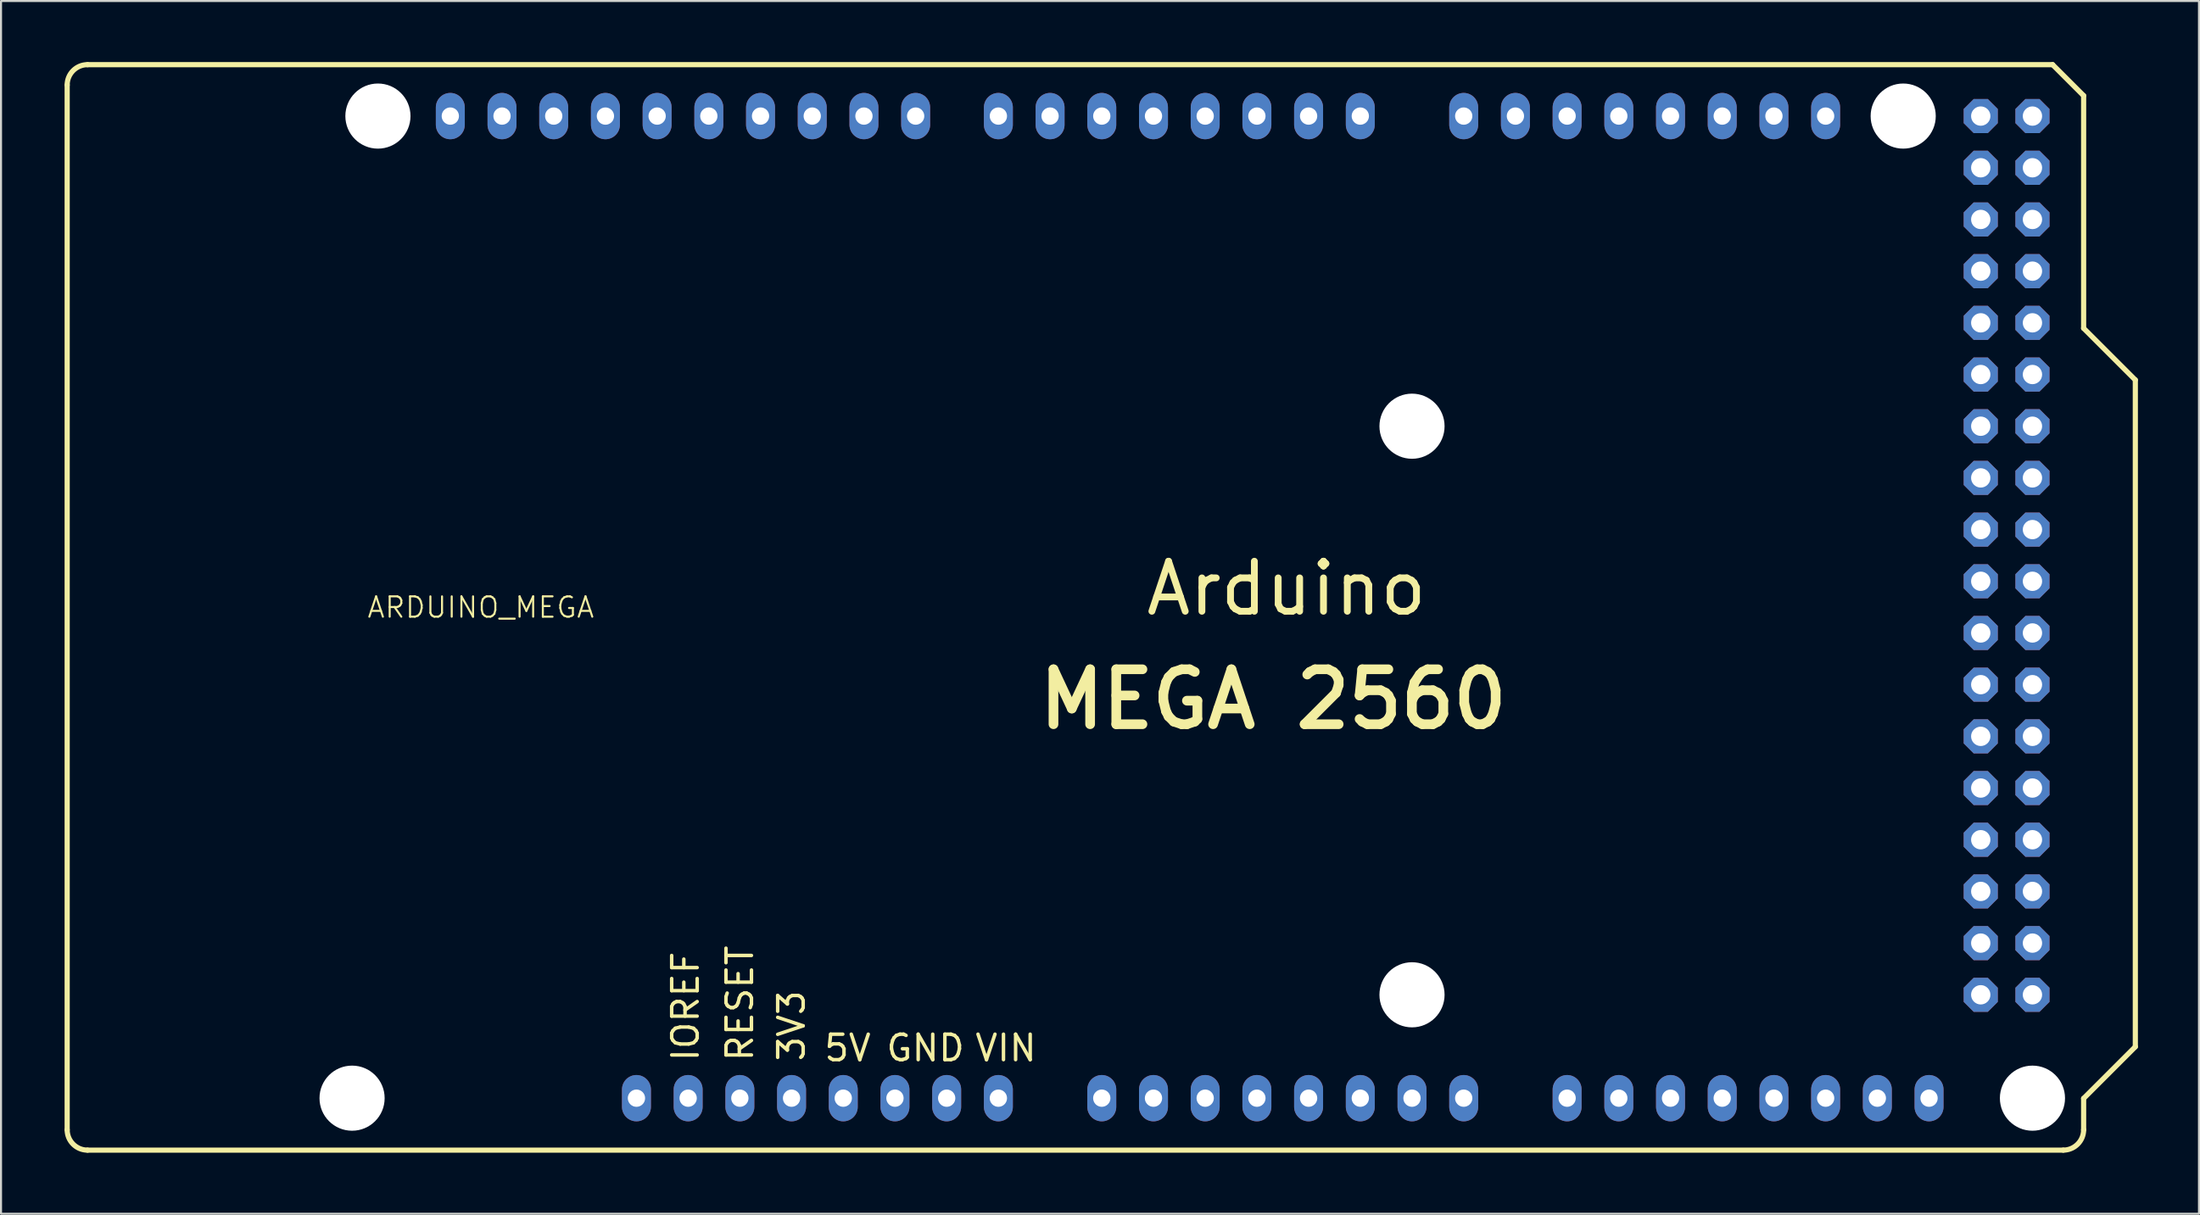
<source format=kicad_pcb>
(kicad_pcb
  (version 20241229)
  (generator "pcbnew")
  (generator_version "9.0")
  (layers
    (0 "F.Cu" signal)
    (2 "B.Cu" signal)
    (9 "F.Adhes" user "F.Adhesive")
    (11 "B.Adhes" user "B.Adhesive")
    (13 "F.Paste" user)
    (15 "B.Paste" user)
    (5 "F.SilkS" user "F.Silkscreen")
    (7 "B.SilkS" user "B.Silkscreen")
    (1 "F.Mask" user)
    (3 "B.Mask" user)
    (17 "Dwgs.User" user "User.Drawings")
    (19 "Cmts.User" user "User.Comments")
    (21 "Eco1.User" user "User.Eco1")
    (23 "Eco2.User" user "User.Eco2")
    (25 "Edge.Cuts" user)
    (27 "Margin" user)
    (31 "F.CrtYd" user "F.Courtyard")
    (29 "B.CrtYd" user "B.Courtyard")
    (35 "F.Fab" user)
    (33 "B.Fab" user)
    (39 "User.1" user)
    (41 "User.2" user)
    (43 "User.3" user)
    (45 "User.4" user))
  (footprint "ARDUINO_MEGA"
    (layer "F.Cu")
    (at 0.25 26.797)
    (property "Reference" "ARDUINO_MEGA" (at 20.32 0 0) (unlocked yes) (layer "F.SilkS") (effects (font (size 1 1) (thickness 0.1))))
    (attr through_hole)
    (fp_line (start 0 25.67) (end 0 -25.67) (stroke (width 0.254) (type solid)) (layer "F.SilkS"))
    (fp_line (start 1 -26.67) (end 97.536 -26.67) (stroke (width 0.254) (type solid)) (layer "F.SilkS"))
    (fp_line (start 97.536 -26.67) (end 99.06 -25.146) (stroke (width 0.254) (type solid)) (layer "F.SilkS"))
    (fp_line (start 98.06 26.67) (end 1 26.67) (stroke (width 0.254) (type solid)) (layer "F.SilkS"))
    (fp_line (start 99.06 -25.146) (end 99.06 -13.716) (stroke (width 0.254) (type solid)) (layer "F.SilkS"))
    (fp_line (start 99.06 -13.716) (end 101.6 -11.176) (stroke (width 0.254) (type solid)) (layer "F.SilkS"))
    (fp_line (start 99.06 24.13) (end 99.06 25.67) (stroke (width 0.254) (type solid)) (layer "F.SilkS"))
    (fp_line (start 101.6 -11.176) (end 101.6 21.59) (stroke (width 0.254) (type solid)) (layer "F.SilkS"))
    (fp_line (start 101.6 21.59) (end 99.06 24.13) (stroke (width 0.254) (type solid)) (layer "F.SilkS"))
    (fp_arc (start 0 -25.67) (mid 0.292893 -26.377107) (end 1 -26.67) (stroke (width 0.254) (type solid)) (layer "F.SilkS"))
    (fp_arc (start 1 26.67) (mid 0.292892 26.377107) (end 0 25.67) (stroke (width 0.254) (type solid)) (layer "F.SilkS"))
    (fp_arc (start 99.06 25.67) (mid 98.767107 26.377107) (end 98.06 26.67) (stroke (width 0.254) (type solid)) (layer "F.SilkS"))
    (fp_poly (pts (xy 95.784 23.482) (xy 95.784 23.99) (xy 96.292 23.99) (xy 96.292 23.482)) (stroke (width 0.1) (type default)) (fill no) (layer "F.Fab"))
    (fp_text user "Arduino" (at 52.832 0.508 0) (unlocked yes) (layer "F.SilkS") (effects (font (size 2.459 2.459) (thickness 0.335)) (justify left bottom)))
    (fp_text user "3V3" (at 36.318 22.403 90) (unlocked yes) (layer "F.SilkS") (effects (font (size 1.252 1.252) (thickness 0.171)) (justify left bottom)))
    (fp_text user "GND" (at 40.144 22.386 0) (unlocked yes) (layer "F.SilkS") (effects (font (size 1.252 1.252) (thickness 0.171)) (justify left bottom)))
    (fp_text user "VIN" (at 44.513 22.386 0) (unlocked yes) (layer "F.SilkS") (effects (font (size 1.252 1.252) (thickness 0.171)) (justify left bottom)))
    (fp_text user "IOREF" (at 31.111 22.403 90) (unlocked yes) (layer "F.SilkS") (effects (font (size 1.252 1.252) (thickness 0.171)) (justify left bottom)))
    (fp_text user "5V" (at 37.096 22.386 0) (unlocked yes) (layer "F.SilkS") (effects (font (size 1.252 1.252) (thickness 0.171)) (justify left bottom)))
    (fp_text user "MEGA 2560" (at 47.498 6.096 0) (unlocked yes) (layer "F.SilkS") (effects (font (size 2.699 2.699) (thickness 0.476)) (justify left bottom)))
    (fp_text user "RESET" (at 33.778 22.403 90) (unlocked yes) (layer "F.SilkS") (effects (font (size 1.252 1.252) (thickness 0.171)) (justify left bottom)))
    (pad "" np_thru_hole circle (at 13.996 24.117) (size 3.2 3.2) (drill 3.2) (layers "*.Cu" "*.Mask"))
    (pad "" np_thru_hole circle (at 15.266 -24.143) (size 3.2 3.2) (drill 3.2) (layers "*.Cu" "*.Mask"))
    (pad "" np_thru_hole circle (at 66.066 -8.903) (size 3.2 3.2) (drill 3.2) (layers "*.Cu" "*.Mask"))
    (pad "" np_thru_hole circle (at 66.066 19.037) (size 3.2 3.2) (drill 3.2) (layers "*.Cu" "*.Mask"))
    (pad "" np_thru_hole circle (at 90.196 -24.143) (size 3.2 3.2) (drill 3.2) (layers "*.Cu" "*.Mask"))
    (pad "" np_thru_hole circle (at 96.546 24.117) (size 3.2 3.2) (drill 3.2) (layers "*.Cu" "*.Mask"))
    (pad "1" thru_hole oval (at 27.966 24.117 90) (size 2.276 1.422) (drill 0.85) (layers "*.Cu" "*.Mask"))
    (pad "2" thru_hole oval (at 30.506 24.117 90) (size 2.276 1.422) (drill 0.85) (layers "*.Cu" "*.Mask"))
    (pad "3" thru_hole oval (at 33.046 24.117 90) (size 2.276 1.422) (drill 0.85) (layers "*.Cu" "*.Mask"))
    (pad "4" thru_hole oval (at 35.586 24.117 90) (size 2.276 1.422) (drill 0.85) (layers "*.Cu" "*.Mask"))
    (pad "5" thru_hole oval (at 38.126 24.117 90) (size 2.276 1.422) (drill 0.85) (layers "*.Cu" "*.Mask"))
    (pad "6" thru_hole oval (at 40.666 24.117 90) (size 2.276 1.422) (drill 0.85) (layers "*.Cu" "*.Mask"))
    (pad "7" thru_hole oval (at 43.206 24.117 90) (size 2.276 1.422) (drill 0.85) (layers "*.Cu" "*.Mask"))
    (pad "8" thru_hole oval (at 45.746 24.117 90) (size 2.276 1.422) (drill 0.85) (layers "*.Cu" "*.Mask"))
    (pad "9" thru_hole oval (at 50.826 24.117 90) (size 2.276 1.422) (drill 0.85) (layers "*.Cu" "*.Mask"))
    (pad "10" thru_hole oval (at 53.366 24.117 90) (size 2.276 1.422) (drill 0.85) (layers "*.Cu" "*.Mask"))
    (pad "11" thru_hole oval (at 55.906 24.117 90) (size 2.276 1.422) (drill 0.85) (layers "*.Cu" "*.Mask"))
    (pad "12" thru_hole oval (at 58.446 24.117 90) (size 2.276 1.422) (drill 0.85) (layers "*.Cu" "*.Mask"))
    (pad "13" thru_hole oval (at 60.986 24.117 90) (size 2.276 1.422) (drill 0.85) (layers "*.Cu" "*.Mask"))
    (pad "14" thru_hole oval (at 63.526 24.117 90) (size 2.276 1.422) (drill 0.85) (layers "*.Cu" "*.Mask"))
    (pad "15" thru_hole oval (at 66.066 24.117 90) (size 2.276 1.422) (drill 0.85) (layers "*.Cu" "*.Mask"))
    (pad "16" thru_hole oval (at 68.606 24.117 90) (size 2.276 1.422) (drill 0.85) (layers "*.Cu" "*.Mask"))
    (pad "17" thru_hole oval (at 73.686 24.117 90) (size 2.276 1.422) (drill 0.85) (layers "*.Cu" "*.Mask"))
    (pad "18" thru_hole oval (at 76.226 24.117 90) (size 2.276 1.422) (drill 0.85) (layers "*.Cu" "*.Mask"))
    (pad "19" thru_hole oval (at 78.766 24.117 90) (size 2.276 1.422) (drill 0.85) (layers "*.Cu" "*.Mask"))
    (pad "20" thru_hole oval (at 81.306 24.117 90) (size 2.276 1.422) (drill 0.85) (layers "*.Cu" "*.Mask"))
    (pad "21" thru_hole oval (at 83.846 24.117 90) (size 2.276 1.422) (drill 0.85) (layers "*.Cu" "*.Mask"))
    (pad "22" thru_hole oval (at 86.386 24.117 90) (size 2.276 1.422) (drill 0.85) (layers "*.Cu" "*.Mask"))
    (pad "23" thru_hole oval (at 88.926 24.117 90) (size 2.276 1.422) (drill 0.85) (layers "*.Cu" "*.Mask"))
    (pad "24" thru_hole oval (at 91.466 24.117 90) (size 2.276 1.422) (drill 0.85) (layers "*.Cu" "*.Mask"))
    (pad "25" thru_hole oval (at 86.386 -24.143 270) (size 2.276 1.422) (drill 0.85) (layers "*.Cu" "*.Mask"))
    (pad "26" thru_hole oval (at 83.846 -24.143 270) (size 2.276 1.422) (drill 0.85) (layers "*.Cu" "*.Mask"))
    (pad "27" thru_hole oval (at 81.306 -24.143 270) (size 2.276 1.422) (drill 0.85) (layers "*.Cu" "*.Mask"))
    (pad "28" thru_hole oval (at 78.766 -24.143 270) (size 2.276 1.422) (drill 0.85) (layers "*.Cu" "*.Mask"))
    (pad "29" thru_hole oval (at 76.226 -24.143 270) (size 2.276 1.422) (drill 0.85) (layers "*.Cu" "*.Mask"))
    (pad "30" thru_hole oval (at 73.686 -24.143 270) (size 2.276 1.422) (drill 0.85) (layers "*.Cu" "*.Mask"))
    (pad "31" thru_hole oval (at 71.146 -24.143 270) (size 2.276 1.422) (drill 0.85) (layers "*.Cu" "*.Mask"))
    (pad "32" thru_hole oval (at 68.606 -24.143 270) (size 2.276 1.422) (drill 0.85) (layers "*.Cu" "*.Mask"))
    (pad "33" thru_hole oval (at 63.526 -24.143 270) (size 2.276 1.422) (drill 0.85) (layers "*.Cu" "*.Mask"))
    (pad "34" thru_hole oval (at 60.986 -24.143 270) (size 2.276 1.422) (drill 0.85) (layers "*.Cu" "*.Mask"))
    (pad "35" thru_hole oval (at 58.446 -24.143 270) (size 2.276 1.422) (drill 0.85) (layers "*.Cu" "*.Mask"))
    (pad "36" thru_hole oval (at 55.906 -24.143 270) (size 2.276 1.422) (drill 0.85) (layers "*.Cu" "*.Mask"))
    (pad "37" thru_hole oval (at 53.366 -24.143 270) (size 2.276 1.422) (drill 0.85) (layers "*.Cu" "*.Mask"))
    (pad "38" thru_hole oval (at 50.826 -24.143 270) (size 2.276 1.422) (drill 0.85) (layers "*.Cu" "*.Mask"))
    (pad "39" thru_hole oval (at 48.286 -24.143 270) (size 2.276 1.422) (drill 0.85) (layers "*.Cu" "*.Mask"))
    (pad "40" thru_hole oval (at 45.746 -24.143 270) (size 2.276 1.422) (drill 0.85) (layers "*.Cu" "*.Mask"))
    (pad "41" thru_hole oval (at 41.682 -24.143 90) (size 2.276 1.422) (drill 0.85) (layers "*.Cu" "*.Mask"))
    (pad "42" thru_hole oval (at 39.142 -24.143 90) (size 2.276 1.422) (drill 0.85) (layers "*.Cu" "*.Mask"))
    (pad "43" thru_hole oval (at 36.602 -24.143 90) (size 2.276 1.422) (drill 0.85) (layers "*.Cu" "*.Mask"))
    (pad "44" thru_hole oval (at 34.062 -24.143 90) (size 2.276 1.422) (drill 0.85) (layers "*.Cu" "*.Mask"))
    (pad "45" thru_hole oval (at 31.522 -24.143 90) (size 2.276 1.422) (drill 0.85) (layers "*.Cu" "*.Mask"))
    (pad "46" thru_hole oval (at 28.982 -24.143 90) (size 2.276 1.422) (drill 0.85) (layers "*.Cu" "*.Mask"))
    (pad "47" thru_hole oval (at 26.442 -24.143 90) (size 2.276 1.422) (drill 0.85) (layers "*.Cu" "*.Mask"))
    (pad "48" thru_hole oval (at 23.902 -24.143 90) (size 2.276 1.422) (drill 0.85) (layers "*.Cu" "*.Mask"))
    (pad "49" thru_hole oval (at 21.362 -24.143 90) (size 2.276 1.422) (drill 0.85) (layers "*.Cu" "*.Mask"))
    (pad "50" thru_hole oval (at 18.822 -24.143 90) (size 2.276 1.422) (drill 0.85) (layers "*.Cu" "*.Mask"))
    (pad "51" thru_hole roundrect (at 96.546 19.037 270) (size 1.676 1.676) (drill 0.95) (layers "*.Cu" "*.Mask") (roundrect_rratio 0.25) (chamfer_ratio 0.293) (chamfer top_left top_right bottom_left bottom_right))
    (pad "52" thru_hole roundrect (at 96.546 16.497 270) (size 1.676 1.676) (drill 0.95) (layers "*.Cu" "*.Mask") (roundrect_rratio 0.25) (chamfer_ratio 0.293) (chamfer top_left top_right bottom_left bottom_right))
    (pad "53" thru_hole roundrect (at 96.546 13.957 270) (size 1.676 1.676) (drill 0.95) (layers "*.Cu" "*.Mask") (roundrect_rratio 0.25) (chamfer_ratio 0.293) (chamfer top_left top_right bottom_left bottom_right))
    (pad "54" thru_hole roundrect (at 96.546 11.417 270) (size 1.676 1.676) (drill 0.95) (layers "*.Cu" "*.Mask") (roundrect_rratio 0.25) (chamfer_ratio 0.293) (chamfer top_left top_right bottom_left bottom_right))
    (pad "55" thru_hole roundrect (at 96.546 8.877 270) (size 1.676 1.676) (drill 0.95) (layers "*.Cu" "*.Mask") (roundrect_rratio 0.25) (chamfer_ratio 0.293) (chamfer top_left top_right bottom_left bottom_right))
    (pad "56" thru_hole roundrect (at 96.546 6.337 270) (size 1.676 1.676) (drill 0.95) (layers "*.Cu" "*.Mask") (roundrect_rratio 0.25) (chamfer_ratio 0.293) (chamfer top_left top_right bottom_left bottom_right))
    (pad "57" thru_hole roundrect (at 96.546 3.797 270) (size 1.676 1.676) (drill 0.95) (layers "*.Cu" "*.Mask") (roundrect_rratio 0.25) (chamfer_ratio 0.293) (chamfer top_left top_right bottom_left bottom_right))
    (pad "58" thru_hole roundrect (at 96.546 1.257 270) (size 1.676 1.676) (drill 0.95) (layers "*.Cu" "*.Mask") (roundrect_rratio 0.25) (chamfer_ratio 0.293) (chamfer top_left top_right bottom_left bottom_right))
    (pad "59" thru_hole roundrect (at 96.546 -1.283 270) (size 1.676 1.676) (drill 0.95) (layers "*.Cu" "*.Mask") (roundrect_rratio 0.25) (chamfer_ratio 0.293) (chamfer top_left top_right bottom_left bottom_right))
    (pad "60" thru_hole roundrect (at 96.546 -3.823 270) (size 1.676 1.676) (drill 0.95) (layers "*.Cu" "*.Mask") (roundrect_rratio 0.25) (chamfer_ratio 0.293) (chamfer top_left top_right bottom_left bottom_right))
    (pad "61" thru_hole roundrect (at 96.546 -6.363 270) (size 1.676 1.676) (drill 0.95) (layers "*.Cu" "*.Mask") (roundrect_rratio 0.25) (chamfer_ratio 0.293) (chamfer top_left top_right bottom_left bottom_right))
    (pad "62" thru_hole roundrect (at 96.546 -8.903 270) (size 1.676 1.676) (drill 0.95) (layers "*.Cu" "*.Mask") (roundrect_rratio 0.25) (chamfer_ratio 0.293) (chamfer top_left top_right bottom_left bottom_right))
    (pad "63" thru_hole roundrect (at 96.546 -11.443 270) (size 1.676 1.676) (drill 0.95) (layers "*.Cu" "*.Mask") (roundrect_rratio 0.25) (chamfer_ratio 0.293) (chamfer top_left top_right bottom_left bottom_right))
    (pad "64" thru_hole roundrect (at 96.546 -13.983 270) (size 1.676 1.676) (drill 0.95) (layers "*.Cu" "*.Mask") (roundrect_rratio 0.25) (chamfer_ratio 0.293) (chamfer top_left top_right bottom_left bottom_right))
    (pad "65" thru_hole roundrect (at 96.546 -16.523 270) (size 1.676 1.676) (drill 0.95) (layers "*.Cu" "*.Mask") (roundrect_rratio 0.25) (chamfer_ratio 0.293) (chamfer top_left top_right bottom_left bottom_right))
    (pad "66" thru_hole roundrect (at 96.546 -19.063 270) (size 1.676 1.676) (drill 0.95) (layers "*.Cu" "*.Mask") (roundrect_rratio 0.25) (chamfer_ratio 0.293) (chamfer top_left top_right bottom_left bottom_right))
    (pad "67" thru_hole roundrect (at 96.546 -21.603 270) (size 1.676 1.676) (drill 0.95) (layers "*.Cu" "*.Mask") (roundrect_rratio 0.25) (chamfer_ratio 0.293) (chamfer top_left top_right bottom_left bottom_right))
    (pad "68" thru_hole roundrect (at 96.546 -24.143 270) (size 1.676 1.676) (drill 0.95) (layers "*.Cu" "*.Mask") (roundrect_rratio 0.25) (chamfer_ratio 0.293) (chamfer top_left top_right bottom_left bottom_right))
    (pad "69" thru_hole roundrect (at 94.006 -24.143 270) (size 1.676 1.676) (drill 0.95) (layers "*.Cu" "*.Mask") (roundrect_rratio 0.25) (chamfer_ratio 0.293) (chamfer top_left top_right bottom_left bottom_right))
    (pad "70" thru_hole roundrect (at 94.006 -21.603 270) (size 1.676 1.676) (drill 0.95) (layers "*.Cu" "*.Mask") (roundrect_rratio 0.25) (chamfer_ratio 0.293) (chamfer top_left top_right bottom_left bottom_right))
    (pad "71" thru_hole roundrect (at 94.006 -19.063 270) (size 1.676 1.676) (drill 0.95) (layers "*.Cu" "*.Mask") (roundrect_rratio 0.25) (chamfer_ratio 0.293) (chamfer top_left top_right bottom_left bottom_right))
    (pad "72" thru_hole roundrect (at 94.006 -16.523 270) (size 1.676 1.676) (drill 0.95) (layers "*.Cu" "*.Mask") (roundrect_rratio 0.25) (chamfer_ratio 0.293) (chamfer top_left top_right bottom_left bottom_right))
    (pad "73" thru_hole roundrect (at 94.006 -13.983 270) (size 1.676 1.676) (drill 0.95) (layers "*.Cu" "*.Mask") (roundrect_rratio 0.25) (chamfer_ratio 0.293) (chamfer top_left top_right bottom_left bottom_right))
    (pad "74" thru_hole roundrect (at 94.006 -11.443 270) (size 1.676 1.676) (drill 0.95) (layers "*.Cu" "*.Mask") (roundrect_rratio 0.25) (chamfer_ratio 0.293) (chamfer top_left top_right bottom_left bottom_right))
    (pad "75" thru_hole roundrect (at 94.006 -8.903 270) (size 1.676 1.676) (drill 0.95) (layers "*.Cu" "*.Mask") (roundrect_rratio 0.25) (chamfer_ratio 0.293) (chamfer top_left top_right bottom_left bottom_right))
    (pad "76" thru_hole roundrect (at 94.006 -6.363 270) (size 1.676 1.676) (drill 0.95) (layers "*.Cu" "*.Mask") (roundrect_rratio 0.25) (chamfer_ratio 0.293) (chamfer top_left top_right bottom_left bottom_right))
    (pad "77" thru_hole roundrect (at 94.006 -3.823 270) (size 1.676 1.676) (drill 0.95) (layers "*.Cu" "*.Mask") (roundrect_rratio 0.25) (chamfer_ratio 0.293) (chamfer top_left top_right bottom_left bottom_right))
    (pad "78" thru_hole roundrect (at 94.006 -1.283 270) (size 1.676 1.676) (drill 0.95) (layers "*.Cu" "*.Mask") (roundrect_rratio 0.25) (chamfer_ratio 0.293) (chamfer top_left top_right bottom_left bottom_right))
    (pad "79" thru_hole roundrect (at 94.006 1.257 270) (size 1.676 1.676) (drill 0.95) (layers "*.Cu" "*.Mask") (roundrect_rratio 0.25) (chamfer_ratio 0.293) (chamfer top_left top_right bottom_left bottom_right))
    (pad "80" thru_hole roundrect (at 94.006 3.797 270) (size 1.676 1.676) (drill 0.95) (layers "*.Cu" "*.Mask") (roundrect_rratio 0.25) (chamfer_ratio 0.293) (chamfer top_left top_right bottom_left bottom_right))
    (pad "81" thru_hole roundrect (at 94.006 6.337 270) (size 1.676 1.676) (drill 0.95) (layers "*.Cu" "*.Mask") (roundrect_rratio 0.25) (chamfer_ratio 0.293) (chamfer top_left top_right bottom_left bottom_right))
    (pad "82" thru_hole roundrect (at 94.006 8.877 270) (size 1.676 1.676) (drill 0.95) (layers "*.Cu" "*.Mask") (roundrect_rratio 0.25) (chamfer_ratio 0.293) (chamfer top_left top_right bottom_left bottom_right))
    (pad "83" thru_hole roundrect (at 94.006 11.417 270) (size 1.676 1.676) (drill 0.95) (layers "*.Cu" "*.Mask") (roundrect_rratio 0.25) (chamfer_ratio 0.293) (chamfer top_left top_right bottom_left bottom_right))
    (pad "84" thru_hole roundrect (at 94.006 13.957 270) (size 1.676 1.676) (drill 0.95) (layers "*.Cu" "*.Mask") (roundrect_rratio 0.25) (chamfer_ratio 0.293) (chamfer top_left top_right bottom_left bottom_right))
    (pad "85" thru_hole roundrect (at 94.006 16.497 270) (size 1.676 1.676) (drill 0.95) (layers "*.Cu" "*.Mask") (roundrect_rratio 0.25) (chamfer_ratio 0.293) (chamfer top_left top_right bottom_left bottom_right))
    (pad "86" thru_hole roundrect (at 94.006 19.037 270) (size 1.676 1.676) (drill 0.95) (layers "*.Cu" "*.Mask") (roundrect_rratio 0.25) (chamfer_ratio 0.293) (chamfer top_left top_right bottom_left bottom_right)))
  (gr_rect
    (start -3 -3)
    (end 104.977 56.594)
    (stroke (width 0.1) (type default))
    (fill no)
    (layer "Edge.Cuts")))
</source>
